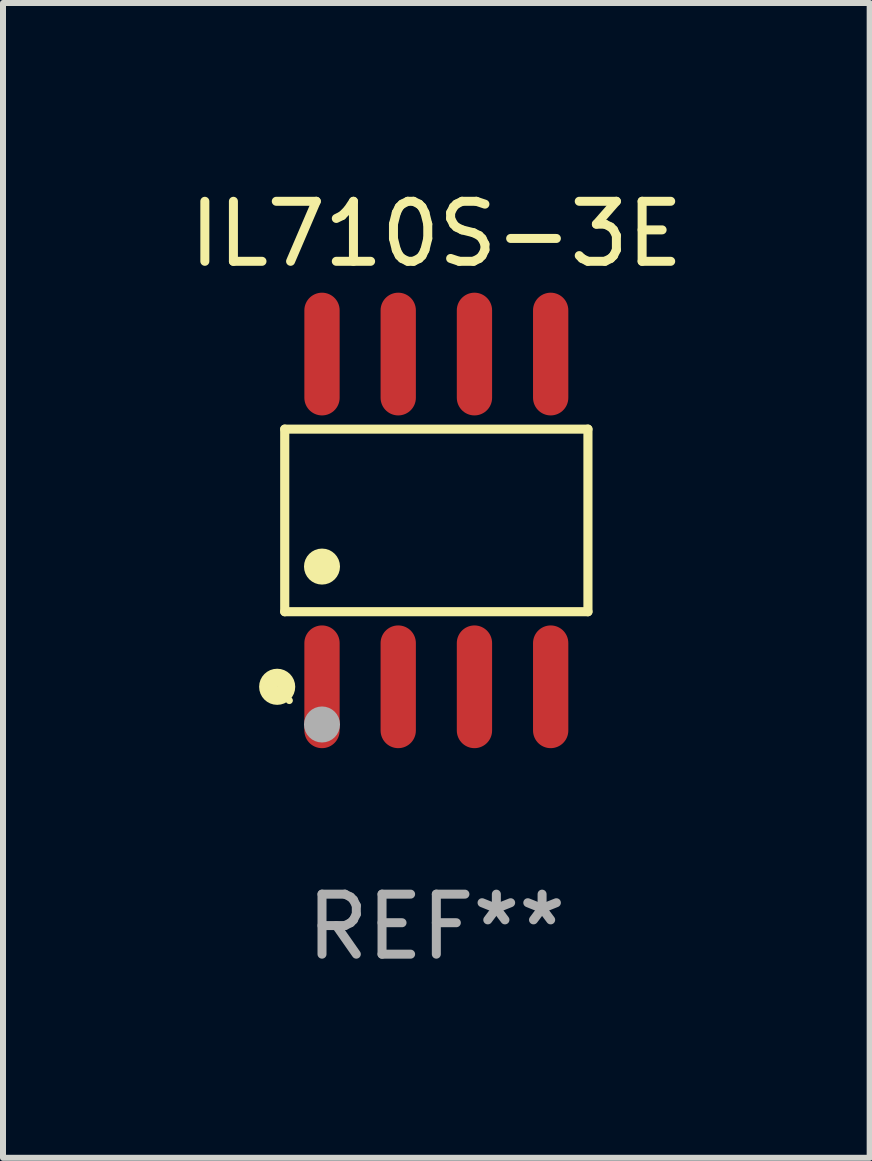
<source format=kicad_pcb>
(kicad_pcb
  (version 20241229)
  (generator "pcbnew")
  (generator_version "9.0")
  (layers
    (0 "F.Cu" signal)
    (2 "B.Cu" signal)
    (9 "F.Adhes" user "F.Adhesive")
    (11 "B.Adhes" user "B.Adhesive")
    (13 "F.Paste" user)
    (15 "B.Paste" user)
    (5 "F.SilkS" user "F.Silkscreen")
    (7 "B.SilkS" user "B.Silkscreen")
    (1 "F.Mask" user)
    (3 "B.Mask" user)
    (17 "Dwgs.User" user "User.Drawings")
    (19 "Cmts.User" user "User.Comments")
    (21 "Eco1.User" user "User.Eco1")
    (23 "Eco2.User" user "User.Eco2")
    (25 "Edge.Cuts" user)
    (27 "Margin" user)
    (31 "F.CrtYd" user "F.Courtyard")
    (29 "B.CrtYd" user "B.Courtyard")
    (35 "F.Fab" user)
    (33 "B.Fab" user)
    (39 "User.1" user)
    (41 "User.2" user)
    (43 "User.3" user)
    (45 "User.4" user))
  (footprint "IL710S-3E"
    (layer "F.Cu")
    (at 4.22 5.621)
    (property "Reference" "IL710S-3E" (at 0 -4.772 0) (layer "F.SilkS") (effects (font (size 1 1) (thickness 0.15))))
    (attr through_hole)
    (fp_line (start -2.526 -1.521) (end 2.526 -1.521) (stroke (width 0.152) (type solid)) (layer "F.SilkS"))
    (fp_line (start -2.526 1.521) (end -2.526 -1.521) (stroke (width 0.152) (type solid)) (layer "F.SilkS"))
    (fp_line (start 2.526 -1.521) (end 2.526 1.521) (stroke (width 0.152) (type solid)) (layer "F.SilkS"))
    (fp_line (start 2.526 1.521) (end -2.526 1.521) (stroke (width 0.152) (type solid)) (layer "F.SilkS"))
    (fp_circle (center -2.652 2.772) (end -2.501 2.772) (stroke (width 0.3) (type solid)) (fill no) (layer "F.SilkS"))
    (fp_circle (center -2.45 3) (end -2.42 3) (stroke (width 0.06) (type solid)) (fill no) (layer "F.SilkS"))
    (fp_circle (center -1.905 0.769) (end -1.755 0.769) (stroke (width 0.3) (type solid)) (fill no) (layer "F.SilkS"))
    (fp_circle (center -1.905 3.4) (end -1.755 3.4) (stroke (width 0.3) (type solid)) (fill no) (layer "F.Fab"))
    (fp_text user "REF**" (at 0 6.772 0) (layer "F.Fab") (effects (font (size 1 1) (thickness 0.15))))
    (pad "1" smd oval (at -1.905 2.772) (size 0.588 2.045) (layers "F.Cu" "F.Mask" "F.Paste"))
    (pad "2" smd oval (at -0.635 2.772) (size 0.588 2.045) (layers "F.Cu" "F.Mask" "F.Paste"))
    (pad "3" smd oval (at 0.635 2.772) (size 0.588 2.045) (layers "F.Cu" "F.Mask" "F.Paste"))
    (pad "4" smd oval (at 1.905 2.772) (size 0.588 2.045) (layers "F.Cu" "F.Mask" "F.Paste"))
    (pad "5" smd oval (at 1.905 -2.772) (size 0.588 2.045) (layers "F.Cu" "F.Mask" "F.Paste"))
    (pad "6" smd oval (at 0.635 -2.772) (size 0.588 2.045) (layers "F.Cu" "F.Mask" "F.Paste"))
    (pad "7" smd oval (at -0.635 -2.772) (size 0.588 2.045) (layers "F.Cu" "F.Mask" "F.Paste"))
    (pad "8" smd oval (at -1.905 -2.772) (size 0.588 2.045) (layers "F.Cu" "F.Mask" "F.Paste")))
  (gr_rect
    (start -3 -3)
    (end 11.44 16.241)
    (stroke (width 0.1) (type default))
    (fill no)
    (layer "Edge.Cuts")))
</source>
